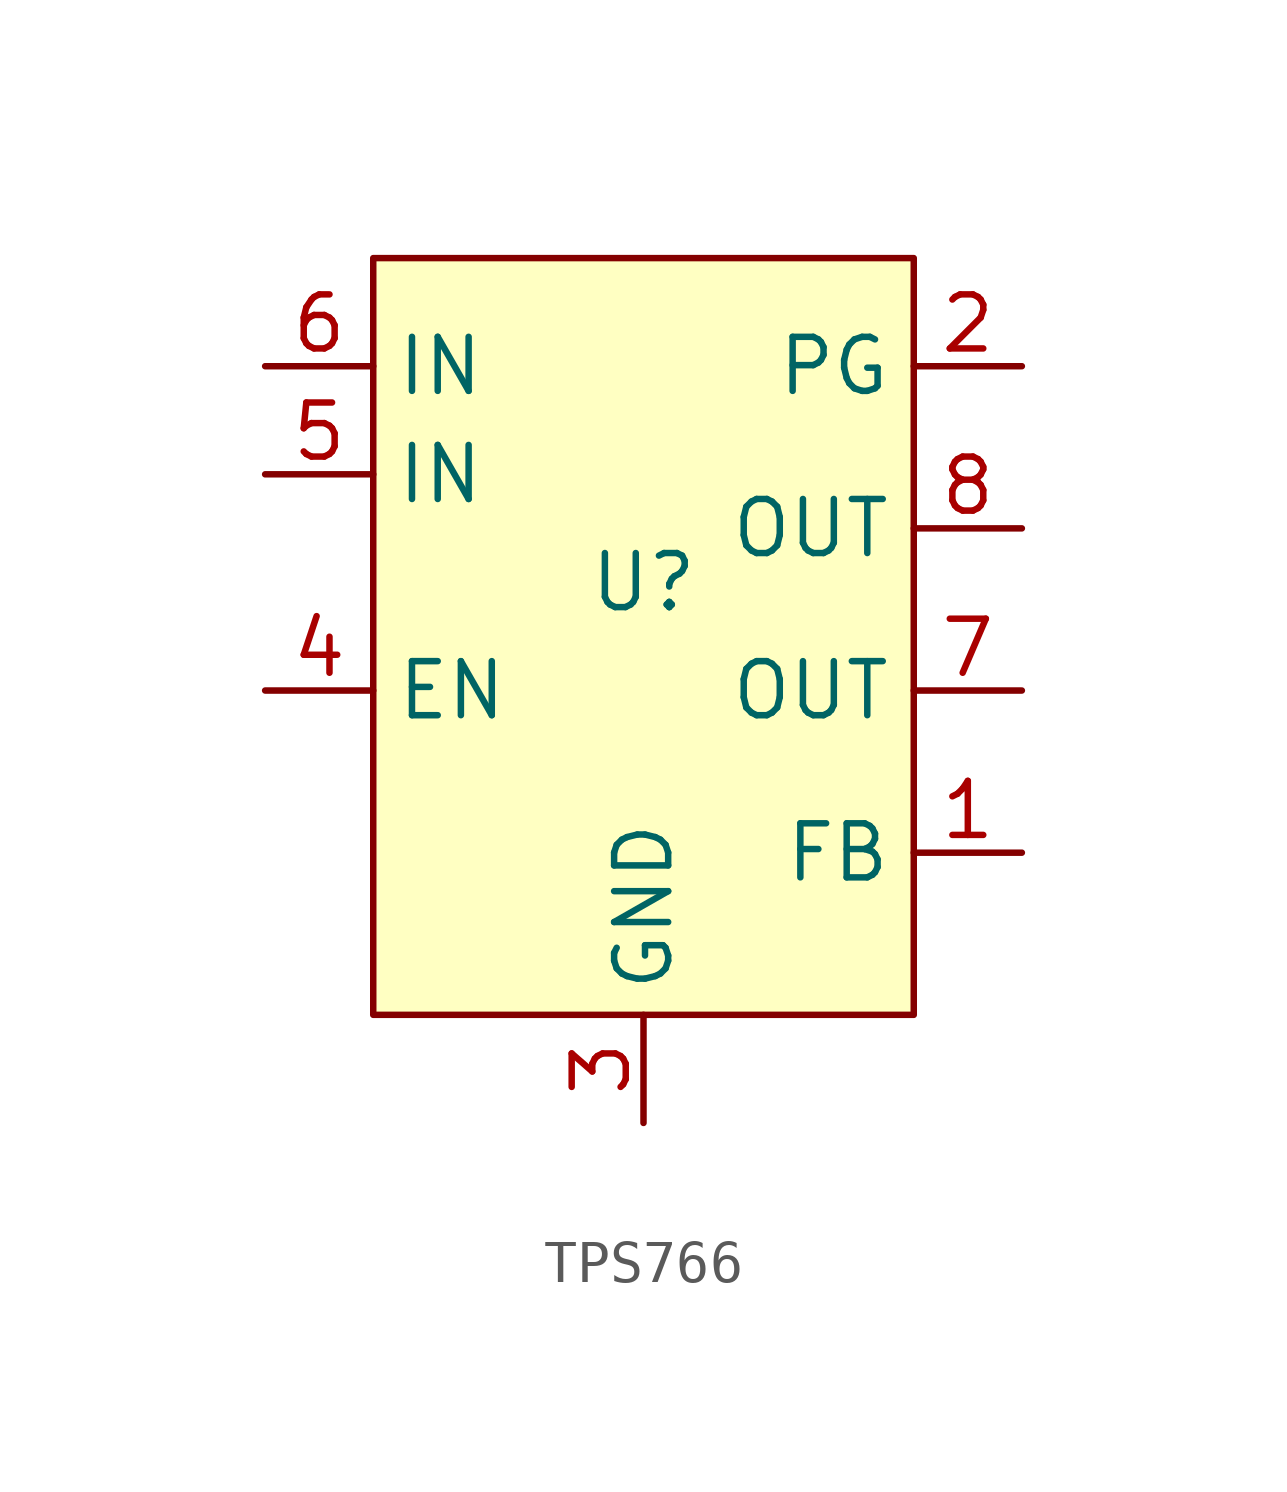
<source format=kicad_sym>
(kicad_symbol_lib
  (version 20220914)
  (generator kicad_symbol_editor)
  (symbol "TPS766"
    (property "Reference" "U"
      (at 0 0 0)
      (effects (font (size 1.27 1.27))))
    (property "Value" ""
      (at 0 0 0)
      (effects (font (size 1.27 1.27))))
    (symbol "TPS766_0_0"
      (pin output line (at 8.89 5.08 180) (length 2.54) (name "PG" (effects (font (size 1.27 1.27)))) (number "2" (effects (font (size 1.27 1.27)))))
      (pin input line (at 0 -12.7 90) (length 2.54) (name "GND" (effects (font (size 1.27 1.27)))) (number "3" (effects (font (size 1.27 1.27)))))
      (pin input line (at -8.89 -2.54 0) (length 2.54) (name "EN" (effects (font (size 1.27 1.27)))) (number "4" (effects (font (size 1.27 1.27)))))
      (pin input line (at -8.89 2.54 0) (length 2.54) (name "IN" (effects (font (size 1.27 1.27)))) (number "5" (effects (font (size 1.27 1.27)))))
      (pin input line (at -8.89 5.08 0) (length 2.54) (name "IN" (effects (font (size 1.27 1.27)))) (number "6" (effects (font (size 1.27 1.27)))))
      (pin output line (at 8.89 -2.54 180) (length 2.54) (name "OUT" (effects (font (size 1.27 1.27)))) (number "7" (effects (font (size 1.27 1.27)))))
      (pin output line (at 8.89 1.27 180) (length 2.54) (name "OUT" (effects (font (size 1.27 1.27)))) (number "8" (effects (font (size 1.27 1.27))))))
    (symbol "TPS766_1_0"
      (pin input line (at 8.89 -6.35 180) (length 2.54) (name "FB" (effects (font (size 1.27 1.27)))) (number "1" (effects (font (size 1.27 1.27))))))
    (symbol "TPS766_1_1"
      (rectangle (start -6.35 7.62) (end 6.35 -10.16) (stroke (width 0) (type default)) (fill (type background))))))
</source>
